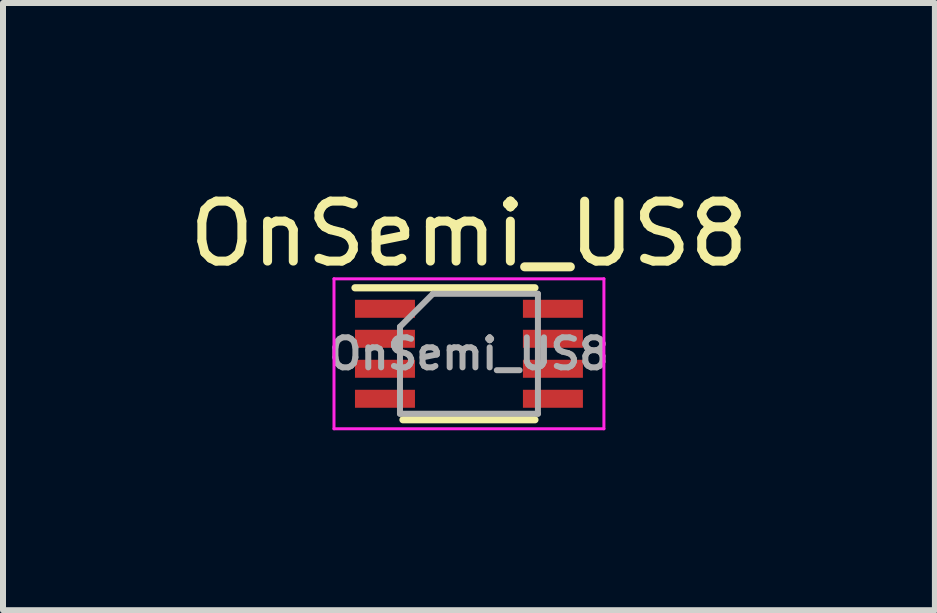
<source format=kicad_pcb>
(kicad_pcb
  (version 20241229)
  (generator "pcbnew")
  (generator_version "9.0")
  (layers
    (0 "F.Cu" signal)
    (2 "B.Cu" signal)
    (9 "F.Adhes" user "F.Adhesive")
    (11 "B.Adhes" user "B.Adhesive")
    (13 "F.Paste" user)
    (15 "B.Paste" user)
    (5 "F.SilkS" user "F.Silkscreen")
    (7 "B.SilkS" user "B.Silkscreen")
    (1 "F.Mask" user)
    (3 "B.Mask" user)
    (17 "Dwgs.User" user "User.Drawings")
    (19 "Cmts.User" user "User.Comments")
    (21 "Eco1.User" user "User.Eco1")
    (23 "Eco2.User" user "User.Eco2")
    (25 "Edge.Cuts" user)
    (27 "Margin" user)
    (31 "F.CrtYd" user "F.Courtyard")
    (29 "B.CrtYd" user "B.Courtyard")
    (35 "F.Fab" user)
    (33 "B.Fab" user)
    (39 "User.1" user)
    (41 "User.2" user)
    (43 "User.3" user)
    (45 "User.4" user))
  (footprint "OnSemi_US8"
    (layer "F.Cu")
    (at 4.768 2.848)
    (property "Reference" "OnSemi_US8" (at 0 -2 0) (layer "F.SilkS") (effects (font (size 1 1) (thickness 0.15))))
    (attr smd)
    (fp_line (start 1.1 -1.1) (end -1.9 -1.1) (stroke (width 0.12) (type solid)) (layer "F.SilkS"))
    (fp_line (start 1.1 1.1) (end -1.1 1.1) (stroke (width 0.12) (type solid)) (layer "F.SilkS"))
    (fp_line (start -2.25 -1.25) (end 2.25 -1.25) (stroke (width 0.05) (type solid)) (layer "F.CrtYd"))
    (fp_line (start -2.25 1.25) (end -2.25 -1.25) (stroke (width 0.05) (type solid)) (layer "F.CrtYd"))
    (fp_line (start 2.25 -1.25) (end 2.25 1.25) (stroke (width 0.05) (type solid)) (layer "F.CrtYd"))
    (fp_line (start 2.25 1.25) (end -2.25 1.25) (stroke (width 0.05) (type solid)) (layer "F.CrtYd"))
    (fp_line (start -1.15 1) (end -1.15 -0.45) (stroke (width 0.1) (type solid)) (layer "F.Fab"))
    (fp_line (start -0.6 -1) (end -1.15 -0.45) (stroke (width 0.1) (type solid)) (layer "F.Fab"))
    (fp_line (start -0.6 -1) (end 1.15 -1) (stroke (width 0.1) (type solid)) (layer "F.Fab"))
    (fp_line (start 1.15 -1) (end 1.15 1) (stroke (width 0.1) (type solid)) (layer "F.Fab"))
    (fp_line (start 1.15 1) (end -1.15 1) (stroke (width 0.1) (type solid)) (layer "F.Fab"))
    (fp_text user "${REFERENCE}" (at 0 0 0) (layer "F.Fab") (effects (font (size 0.5 0.5) (thickness 0.1))))
    (pad "1" smd rect (at -1.4 -0.75 270) (size 0.3 1) (layers "F.Cu" "F.Mask" "F.Paste"))
    (pad "2" smd rect (at -1.4 -0.25 270) (size 0.3 1) (layers "F.Cu" "F.Mask" "F.Paste"))
    (pad "3" smd rect (at -1.4 0.25 270) (size 0.3 1) (layers "F.Cu" "F.Mask" "F.Paste"))
    (pad "4" smd rect (at -1.4 0.75 270) (size 0.3 1) (layers "F.Cu" "F.Mask" "F.Paste"))
    (pad "5" smd rect (at 1.4 0.75 270) (size 0.3 1) (layers "F.Cu" "F.Mask" "F.Paste"))
    (pad "6" smd rect (at 1.4 0.25 270) (size 0.3 1) (layers "F.Cu" "F.Mask" "F.Paste"))
    (pad "7" smd rect (at 1.4 -0.25 270) (size 0.3 1) (layers "F.Cu" "F.Mask" "F.Paste"))
    (pad "8" smd rect (at 1.4 -0.75 270) (size 0.3 1) (layers "F.Cu" "F.Mask" "F.Paste")))
  (gr_rect
    (start -3 -3)
    (end 12.536 7.123)
    (stroke (width 0.1) (type default))
    (fill no)
    (layer "Edge.Cuts")))
</source>
